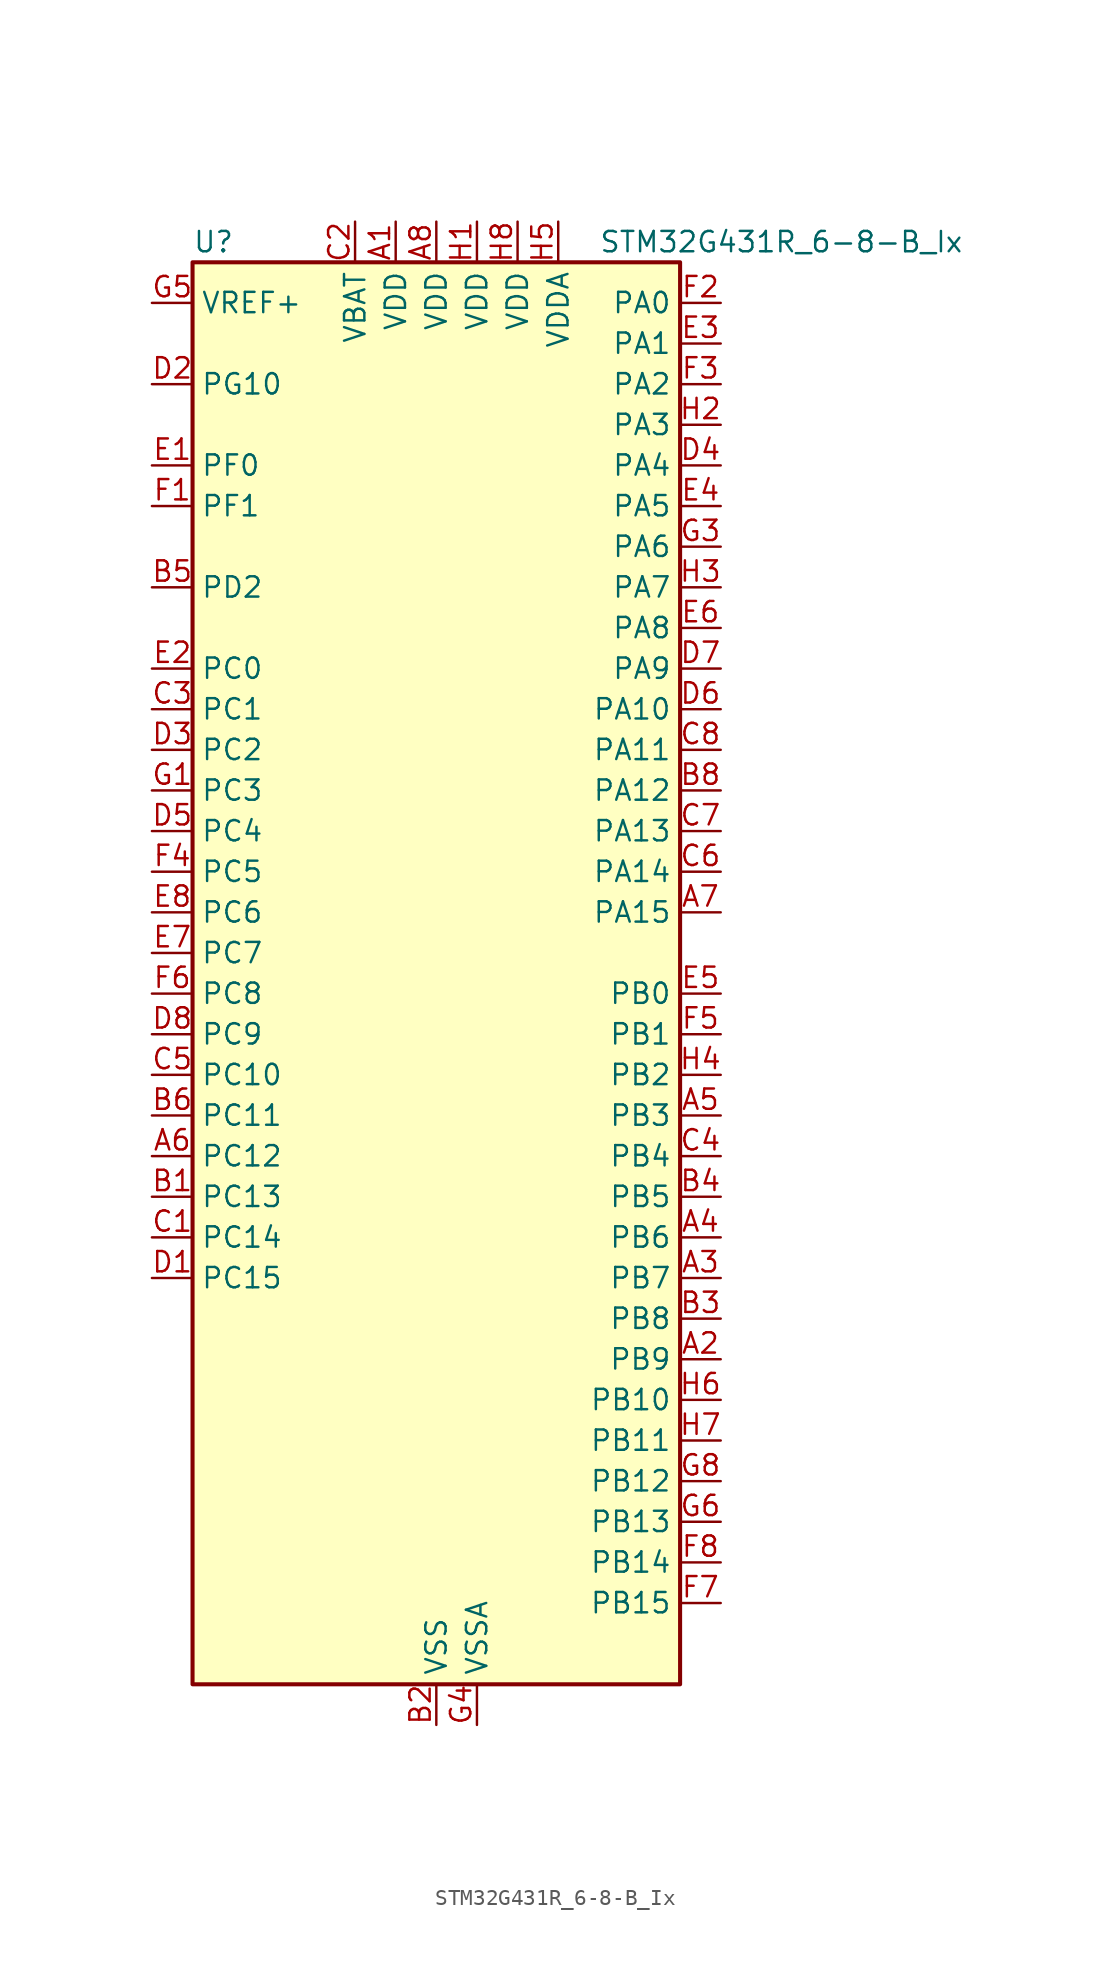
<source format=kicad_sym>
(kicad_symbol_lib
  (version 20231120)
  (generator "kicad_symbol_editor")
  (generator_version "8.0")
  (symbol "STM32G431R_6-8-B_Ix"
    (property "Reference" "U"
      (at -15.24 46.99 0)
      (effects (font (size 1.27 1.27)) (justify left)))
    (property "Value" "STM32G431R_6-8-B_Ix"
      (at 10.16 46.99 0)
      (effects (font (size 1.27 1.27)) (justify left)))
    (property "ki_locked" ""
      (at 0 0 0)
      (effects (font (size 1.27 1.27))))
    (symbol "STM32G431R_6-8-B_Ix_0_1"
      (rectangle (start -15.24 -43.18) (end 15.24 45.72) (stroke (width 0.254) (type default)) (fill (type background))))
    (symbol "STM32G431R_6-8-B_Ix_1_1"
      (pin power_in line (at -2.54 48.26 270) (length 2.54) (name "VDD" (effects (font (size 1.27 1.27)))) (number "A1" (effects (font (size 1.27 1.27)))))
      (pin bidirectional line (at 17.78 -22.86 180) (length 2.54) (name "PB9" (effects (font (size 1.27 1.27)))) (number "A2" (effects (font (size 1.27 1.27)))) (alternate "COMP2_OUT" bidirectional line) (alternate "DAC1_EXTI9" bidirectional line) (alternate "DAC3_EXTI9" bidirectional line) (alternate "FDCAN1_TX" bidirectional line) (alternate "I2C1_SDA" bidirectional line) (alternate "IR_OUT" bidirectional line) (alternate "SAI1_D2" bidirectional line) (alternate "SAI1_FS_A" bidirectional line) (alternate "TIM17_CH1" bidirectional line) (alternate "TIM1_CH3N" bidirectional line) (alternate "TIM4_CH4" bidirectional line) (alternate "TIM8_CH3" bidirectional line) (alternate "USART3_TX" bidirectional line))
      (pin bidirectional line (at 17.78 -17.78 180) (length 2.54) (name "PB7" (effects (font (size 1.27 1.27)))) (number "A3" (effects (font (size 1.27 1.27)))) (alternate "COMP3_OUT" bidirectional line) (alternate "I2C1_SDA" bidirectional line) (alternate "LPTIM1_IN2" bidirectional line) (alternate "SYS_PVD_IN" bidirectional line) (alternate "TIM17_CH1N" bidirectional line) (alternate "TIM3_CH4" bidirectional line) (alternate "TIM4_CH2" bidirectional line) (alternate "TIM8_BKIN" bidirectional line) (alternate "UART4_CTS" bidirectional line) (alternate "USART1_RX" bidirectional line))
      (pin bidirectional line (at 17.78 -15.24 180) (length 2.54) (name "PB6" (effects (font (size 1.27 1.27)))) (number "A4" (effects (font (size 1.27 1.27)))) (alternate "COMP4_OUT" bidirectional line) (alternate "LPTIM1_ETR" bidirectional line) (alternate "SAI1_FS_B" bidirectional line) (alternate "TIM16_CH1N" bidirectional line) (alternate "TIM4_CH1" bidirectional line) (alternate "TIM8_BKIN2" bidirectional line) (alternate "TIM8_CH1" bidirectional line) (alternate "TIM8_ETR" bidirectional line) (alternate "UCPD1_CC1" bidirectional line) (alternate "USART1_TX" bidirectional line))
      (pin bidirectional line (at 17.78 -7.62 180) (length 2.54) (name "PB3" (effects (font (size 1.27 1.27)))) (number "A5" (effects (font (size 1.27 1.27)))) (alternate "CRS_SYNC" bidirectional line) (alternate "I2S3_CK" bidirectional line) (alternate "SAI1_SCK_B" bidirectional line) (alternate "SPI1_SCK" bidirectional line) (alternate "SPI3_SCK" bidirectional line) (alternate "SYS_JTDO-SWO" bidirectional line) (alternate "TIM2_CH2" bidirectional line) (alternate "TIM3_ETR" bidirectional line) (alternate "TIM4_ETR" bidirectional line) (alternate "TIM8_CH1N" bidirectional line) (alternate "USART2_TX" bidirectional line))
      (pin bidirectional line (at -17.78 -10.16 0) (length 2.54) (name "PC12" (effects (font (size 1.27 1.27)))) (number "A6" (effects (font (size 1.27 1.27)))) (alternate "I2S3_SD" bidirectional line) (alternate "SPI3_MOSI" bidirectional line) (alternate "TIM8_CH3N" bidirectional line) (alternate "UCPD1_FRSTX1" bidirectional line) (alternate "UCPD1_FRSTX2" bidirectional line) (alternate "USART3_CK" bidirectional line))
      (pin bidirectional line (at 17.78 5.08 180) (length 2.54) (name "PA15" (effects (font (size 1.27 1.27)))) (number "A7" (effects (font (size 1.27 1.27)))) (alternate "ADC1_EXTI15" bidirectional line) (alternate "ADC2_EXTI15" bidirectional line) (alternate "I2C1_SCL" bidirectional line) (alternate "I2S3_WS" bidirectional line) (alternate "SPI1_NSS" bidirectional line) (alternate "SPI3_NSS" bidirectional line) (alternate "SYS_JTDI" bidirectional line) (alternate "TIM1_BKIN" bidirectional line) (alternate "TIM2_CH1" bidirectional line) (alternate "TIM2_ETR" bidirectional line) (alternate "TIM8_CH1" bidirectional line) (alternate "UART4_DE" bidirectional line) (alternate "UART4_RTS" bidirectional line) (alternate "USART2_RX" bidirectional line))
      (pin power_in line (at 0 48.26 270) (length 2.54) (name "VDD" (effects (font (size 1.27 1.27)))) (number "A8" (effects (font (size 1.27 1.27)))))
      (pin bidirectional line (at -17.78 -12.7 0) (length 2.54) (name "PC13" (effects (font (size 1.27 1.27)))) (number "B1" (effects (font (size 1.27 1.27)))) (alternate "RTC_OUT1" bidirectional line) (alternate "RTC_TAMP1" bidirectional line) (alternate "RTC_TS" bidirectional line) (alternate "SYS_WKUP2" bidirectional line) (alternate "TIM1_BKIN" bidirectional line) (alternate "TIM1_CH1N" bidirectional line) (alternate "TIM8_CH4N" bidirectional line))
      (pin power_in line (at 0 -45.72 90) (length 2.54) (name "VSS" (effects (font (size 1.27 1.27)))) (number "B2" (effects (font (size 1.27 1.27)))))
      (pin bidirectional line (at 17.78 -20.32 180) (length 2.54) (name "PB8" (effects (font (size 1.27 1.27)))) (number "B3" (effects (font (size 1.27 1.27)))) (alternate "COMP1_OUT" bidirectional line) (alternate "FDCAN1_RX" bidirectional line) (alternate "I2C1_SCL" bidirectional line) (alternate "SAI1_CK1" bidirectional line) (alternate "SAI1_MCLK_A" bidirectional line) (alternate "TIM16_CH1" bidirectional line) (alternate "TIM1_BKIN" bidirectional line) (alternate "TIM4_CH3" bidirectional line) (alternate "TIM8_CH2" bidirectional line) (alternate "USART3_RX" bidirectional line))
      (pin bidirectional line (at 17.78 -12.7 180) (length 2.54) (name "PB5" (effects (font (size 1.27 1.27)))) (number "B4" (effects (font (size 1.27 1.27)))) (alternate "I2C1_SMBA" bidirectional line) (alternate "I2C3_SDA" bidirectional line) (alternate "I2S3_SD" bidirectional line) (alternate "LPTIM1_IN1" bidirectional line) (alternate "SAI1_SD_B" bidirectional line) (alternate "SPI1_MOSI" bidirectional line) (alternate "SPI3_MOSI" bidirectional line) (alternate "TIM16_BKIN" bidirectional line) (alternate "TIM17_CH1" bidirectional line) (alternate "TIM3_CH2" bidirectional line) (alternate "TIM8_CH3N" bidirectional line) (alternate "USART2_CK" bidirectional line))
      (pin bidirectional line (at -17.78 25.4 0) (length 2.54) (name "PD2" (effects (font (size 1.27 1.27)))) (number "B5" (effects (font (size 1.27 1.27)))) (alternate "TIM3_ETR" bidirectional line) (alternate "TIM8_BKIN" bidirectional line))
      (pin bidirectional line (at -17.78 -7.62 0) (length 2.54) (name "PC11" (effects (font (size 1.27 1.27)))) (number "B6" (effects (font (size 1.27 1.27)))) (alternate "ADC1_EXTI11" bidirectional line) (alternate "ADC2_EXTI11" bidirectional line) (alternate "I2C3_SDA" bidirectional line) (alternate "SPI3_MISO" bidirectional line) (alternate "TIM8_CH2N" bidirectional line) (alternate "UART4_RX" bidirectional line) (alternate "USART3_RX" bidirectional line))
      (pin passive line (at 0 -45.72 90) (length 2.54) hide (name "VSS" (effects (font (size 1.27 1.27)))) (number "B7" (effects (font (size 1.27 1.27)))))
      (pin bidirectional line (at 17.78 12.7 180) (length 2.54) (name "PA12" (effects (font (size 1.27 1.27)))) (number "B8" (effects (font (size 1.27 1.27)))) (alternate "COMP2_OUT" bidirectional line) (alternate "FDCAN1_TX" bidirectional line) (alternate "I2S_CKIN" bidirectional line) (alternate "TIM16_CH1" bidirectional line) (alternate "TIM1_CH2N" bidirectional line) (alternate "TIM1_ETR" bidirectional line) (alternate "TIM4_CH2" bidirectional line) (alternate "USART1_DE" bidirectional line) (alternate "USART1_RTS" bidirectional line) (alternate "USB_DP" bidirectional line))
      (pin bidirectional line (at -17.78 -15.24 0) (length 2.54) (name "PC14" (effects (font (size 1.27 1.27)))) (number "C1" (effects (font (size 1.27 1.27)))) (alternate "RCC_OSC32_IN" bidirectional line))
      (pin power_in line (at -5.08 48.26 270) (length 2.54) (name "VBAT" (effects (font (size 1.27 1.27)))) (number "C2" (effects (font (size 1.27 1.27)))))
      (pin bidirectional line (at -17.78 17.78 0) (length 2.54) (name "PC1" (effects (font (size 1.27 1.27)))) (number "C3" (effects (font (size 1.27 1.27)))) (alternate "ADC1_IN7" bidirectional line) (alternate "ADC2_IN7" bidirectional line) (alternate "COMP3_INP" bidirectional line) (alternate "LPTIM1_OUT" bidirectional line) (alternate "LPUART1_TX" bidirectional line) (alternate "SAI1_SD_A" bidirectional line) (alternate "TIM1_CH2" bidirectional line))
      (pin bidirectional line (at 17.78 -10.16 180) (length 2.54) (name "PB4" (effects (font (size 1.27 1.27)))) (number "C4" (effects (font (size 1.27 1.27)))) (alternate "SAI1_MCLK_B" bidirectional line) (alternate "SPI1_MISO" bidirectional line) (alternate "SPI3_MISO" bidirectional line) (alternate "SYS_JTRST" bidirectional line) (alternate "TIM16_CH1" bidirectional line) (alternate "TIM17_BKIN" bidirectional line) (alternate "TIM3_CH1" bidirectional line) (alternate "TIM8_CH2N" bidirectional line) (alternate "UCPD1_CC2" bidirectional line) (alternate "USART2_RX" bidirectional line))
      (pin bidirectional line (at -17.78 -5.08 0) (length 2.54) (name "PC10" (effects (font (size 1.27 1.27)))) (number "C5" (effects (font (size 1.27 1.27)))) (alternate "DAC1_EXTI10" bidirectional line) (alternate "DAC3_EXTI10" bidirectional line) (alternate "I2S3_CK" bidirectional line) (alternate "SPI3_SCK" bidirectional line) (alternate "TIM8_CH1N" bidirectional line) (alternate "UART4_TX" bidirectional line) (alternate "USART3_TX" bidirectional line))
      (pin bidirectional line (at 17.78 7.62 180) (length 2.54) (name "PA14" (effects (font (size 1.27 1.27)))) (number "C6" (effects (font (size 1.27 1.27)))) (alternate "I2C1_SDA" bidirectional line) (alternate "LPTIM1_OUT" bidirectional line) (alternate "SAI1_FS_B" bidirectional line) (alternate "SYS_JTCK-SWCLK" bidirectional line) (alternate "TIM1_BKIN" bidirectional line) (alternate "TIM8_CH2" bidirectional line) (alternate "USART2_TX" bidirectional line))
      (pin bidirectional line (at 17.78 10.16 180) (length 2.54) (name "PA13" (effects (font (size 1.27 1.27)))) (number "C7" (effects (font (size 1.27 1.27)))) (alternate "I2C1_SCL" bidirectional line) (alternate "IR_OUT" bidirectional line) (alternate "SAI1_SD_B" bidirectional line) (alternate "SYS_JTMS-SWDIO" bidirectional line) (alternate "TIM16_CH1N" bidirectional line) (alternate "TIM4_CH3" bidirectional line) (alternate "USART3_CTS" bidirectional line) (alternate "USART3_NSS" bidirectional line))
      (pin bidirectional line (at 17.78 15.24 180) (length 2.54) (name "PA11" (effects (font (size 1.27 1.27)))) (number "C8" (effects (font (size 1.27 1.27)))) (alternate "ADC1_EXTI11" bidirectional line) (alternate "ADC2_EXTI11" bidirectional line) (alternate "COMP1_OUT" bidirectional line) (alternate "FDCAN1_RX" bidirectional line) (alternate "I2S2_SD" bidirectional line) (alternate "SPI2_MOSI" bidirectional line) (alternate "TIM1_BKIN2" bidirectional line) (alternate "TIM1_CH1N" bidirectional line) (alternate "TIM1_CH4" bidirectional line) (alternate "TIM4_CH1" bidirectional line) (alternate "USART1_CTS" bidirectional line) (alternate "USART1_NSS" bidirectional line) (alternate "USB_DM" bidirectional line))
      (pin bidirectional line (at -17.78 -17.78 0) (length 2.54) (name "PC15" (effects (font (size 1.27 1.27)))) (number "D1" (effects (font (size 1.27 1.27)))) (alternate "ADC1_EXTI15" bidirectional line) (alternate "ADC2_EXTI15" bidirectional line) (alternate "RCC_OSC32_OUT" bidirectional line))
      (pin bidirectional line (at -17.78 38.1 0) (length 2.54) (name "PG10" (effects (font (size 1.27 1.27)))) (number "D2" (effects (font (size 1.27 1.27)))) (alternate "DAC1_EXTI10" bidirectional line) (alternate "DAC3_EXTI10" bidirectional line) (alternate "RCC_MCO" bidirectional line))
      (pin bidirectional line (at -17.78 15.24 0) (length 2.54) (name "PC2" (effects (font (size 1.27 1.27)))) (number "D3" (effects (font (size 1.27 1.27)))) (alternate "ADC1_IN8" bidirectional line) (alternate "ADC2_IN8" bidirectional line) (alternate "COMP3_OUT" bidirectional line) (alternate "LPTIM1_IN2" bidirectional line) (alternate "TIM1_CH3" bidirectional line))
      (pin bidirectional line (at 17.78 33.02 180) (length 2.54) (name "PA4" (effects (font (size 1.27 1.27)))) (number "D4" (effects (font (size 1.27 1.27)))) (alternate "ADC2_IN17" bidirectional line) (alternate "COMP1_INM" bidirectional line) (alternate "DAC1_OUT1" bidirectional line) (alternate "I2S3_WS" bidirectional line) (alternate "SAI1_FS_B" bidirectional line) (alternate "SPI1_NSS" bidirectional line) (alternate "SPI3_NSS" bidirectional line) (alternate "TIM3_CH2" bidirectional line) (alternate "USART2_CK" bidirectional line))
      (pin bidirectional line (at -17.78 10.16 0) (length 2.54) (name "PC4" (effects (font (size 1.27 1.27)))) (number "D5" (effects (font (size 1.27 1.27)))) (alternate "ADC2_IN5" bidirectional line) (alternate "I2C2_SCL" bidirectional line) (alternate "TIM1_ETR" bidirectional line) (alternate "USART1_TX" bidirectional line))
      (pin bidirectional line (at 17.78 17.78 180) (length 2.54) (name "PA10" (effects (font (size 1.27 1.27)))) (number "D6" (effects (font (size 1.27 1.27)))) (alternate "CRS_SYNC" bidirectional line) (alternate "DAC1_EXTI10" bidirectional line) (alternate "DAC3_EXTI10" bidirectional line) (alternate "I2C2_SMBA" bidirectional line) (alternate "SAI1_D1" bidirectional line) (alternate "SAI1_SD_A" bidirectional line) (alternate "SPI2_MISO" bidirectional line) (alternate "TIM17_BKIN" bidirectional line) (alternate "TIM1_CH3" bidirectional line) (alternate "TIM2_CH4" bidirectional line) (alternate "TIM8_BKIN" bidirectional line) (alternate "UCPD1_DBCC2" bidirectional line) (alternate "USART1_RX" bidirectional line))
      (pin bidirectional line (at 17.78 20.32 180) (length 2.54) (name "PA9" (effects (font (size 1.27 1.27)))) (number "D7" (effects (font (size 1.27 1.27)))) (alternate "DAC1_EXTI9" bidirectional line) (alternate "DAC3_EXTI9" bidirectional line) (alternate "I2C2_SCL" bidirectional line) (alternate "I2C3_SMBA" bidirectional line) (alternate "I2S3_MCK" bidirectional line) (alternate "SAI1_FS_A" bidirectional line) (alternate "TIM15_BKIN" bidirectional line) (alternate "TIM1_CH2" bidirectional line) (alternate "TIM2_CH3" bidirectional line) (alternate "UCPD1_DBCC1" bidirectional line) (alternate "USART1_TX" bidirectional line))
      (pin bidirectional line (at -17.78 -2.54 0) (length 2.54) (name "PC9" (effects (font (size 1.27 1.27)))) (number "D8" (effects (font (size 1.27 1.27)))) (alternate "DAC1_EXTI9" bidirectional line) (alternate "DAC3_EXTI9" bidirectional line) (alternate "I2C3_SDA" bidirectional line) (alternate "I2S_CKIN" bidirectional line) (alternate "TIM3_CH4" bidirectional line) (alternate "TIM8_BKIN2" bidirectional line) (alternate "TIM8_CH4" bidirectional line))
      (pin bidirectional line (at -17.78 33.02 0) (length 2.54) (name "PF0" (effects (font (size 1.27 1.27)))) (number "E1" (effects (font (size 1.27 1.27)))) (alternate "ADC1_IN10" bidirectional line) (alternate "I2C2_SDA" bidirectional line) (alternate "I2S2_WS" bidirectional line) (alternate "RCC_OSC_IN" bidirectional line) (alternate "SPI2_NSS" bidirectional line) (alternate "TIM1_CH3N" bidirectional line))
      (pin bidirectional line (at -17.78 20.32 0) (length 2.54) (name "PC0" (effects (font (size 1.27 1.27)))) (number "E2" (effects (font (size 1.27 1.27)))) (alternate "ADC1_IN6" bidirectional line) (alternate "ADC2_IN6" bidirectional line) (alternate "COMP3_INM" bidirectional line) (alternate "LPTIM1_IN1" bidirectional line) (alternate "LPUART1_RX" bidirectional line) (alternate "TIM1_CH1" bidirectional line))
      (pin bidirectional line (at 17.78 40.64 180) (length 2.54) (name "PA1" (effects (font (size 1.27 1.27)))) (number "E3" (effects (font (size 1.27 1.27)))) (alternate "ADC1_IN2" bidirectional line) (alternate "ADC2_IN2" bidirectional line) (alternate "COMP1_INP" bidirectional line) (alternate "OPAMP1_VINP" bidirectional line) (alternate "OPAMP1_VINP_SEC" bidirectional line) (alternate "OPAMP3_VINP" bidirectional line) (alternate "OPAMP3_VINP_SEC" bidirectional line) (alternate "RTC_REFIN" bidirectional line) (alternate "TIM15_CH1N" bidirectional line) (alternate "TIM2_CH2" bidirectional line) (alternate "USART2_DE" bidirectional line) (alternate "USART2_RTS" bidirectional line))
      (pin bidirectional line (at 17.78 30.48 180) (length 2.54) (name "PA5" (effects (font (size 1.27 1.27)))) (number "E4" (effects (font (size 1.27 1.27)))) (alternate "ADC2_IN13" bidirectional line) (alternate "COMP2_INM" bidirectional line) (alternate "DAC1_OUT2" bidirectional line) (alternate "OPAMP2_VINM" bidirectional line) (alternate "OPAMP2_VINM0" bidirectional line) (alternate "OPAMP2_VINM_SEC" bidirectional line) (alternate "SPI1_SCK" bidirectional line) (alternate "TIM2_CH1" bidirectional line) (alternate "TIM2_ETR" bidirectional line) (alternate "UCPD1_FRSTX1" bidirectional line) (alternate "UCPD1_FRSTX2" bidirectional line))
      (pin bidirectional line (at 17.78 0 180) (length 2.54) (name "PB0" (effects (font (size 1.27 1.27)))) (number "E5" (effects (font (size 1.27 1.27)))) (alternate "ADC1_IN15" bidirectional line) (alternate "COMP4_INP" bidirectional line) (alternate "OPAMP2_VINP" bidirectional line) (alternate "OPAMP2_VINP_SEC" bidirectional line) (alternate "OPAMP3_VINP" bidirectional line) (alternate "OPAMP3_VINP_SEC" bidirectional line) (alternate "TIM1_CH2N" bidirectional line) (alternate "TIM3_CH3" bidirectional line) (alternate "TIM8_CH2N" bidirectional line) (alternate "UCPD1_FRSTX1" bidirectional line) (alternate "UCPD1_FRSTX2" bidirectional line))
      (pin bidirectional line (at 17.78 22.86 180) (length 2.54) (name "PA8" (effects (font (size 1.27 1.27)))) (number "E6" (effects (font (size 1.27 1.27)))) (alternate "I2C2_SDA" bidirectional line) (alternate "I2C3_SCL" bidirectional line) (alternate "I2S2_MCK" bidirectional line) (alternate "RCC_MCO" bidirectional line) (alternate "SAI1_CK2" bidirectional line) (alternate "SAI1_SCK_A" bidirectional line) (alternate "TIM1_CH1" bidirectional line) (alternate "TIM4_ETR" bidirectional line) (alternate "USART1_CK" bidirectional line))
      (pin bidirectional line (at -17.78 2.54 0) (length 2.54) (name "PC7" (effects (font (size 1.27 1.27)))) (number "E7" (effects (font (size 1.27 1.27)))) (alternate "I2S3_MCK" bidirectional line) (alternate "TIM3_CH2" bidirectional line) (alternate "TIM8_CH2" bidirectional line))
      (pin bidirectional line (at -17.78 5.08 0) (length 2.54) (name "PC6" (effects (font (size 1.27 1.27)))) (number "E8" (effects (font (size 1.27 1.27)))) (alternate "I2S2_MCK" bidirectional line) (alternate "TIM3_CH1" bidirectional line) (alternate "TIM8_CH1" bidirectional line))
      (pin bidirectional line (at -17.78 30.48 0) (length 2.54) (name "PF1" (effects (font (size 1.27 1.27)))) (number "F1" (effects (font (size 1.27 1.27)))) (alternate "ADC2_IN10" bidirectional line) (alternate "COMP3_INM" bidirectional line) (alternate "I2S2_CK" bidirectional line) (alternate "RCC_OSC_OUT" bidirectional line) (alternate "SPI2_SCK" bidirectional line))
      (pin bidirectional line (at 17.78 43.18 180) (length 2.54) (name "PA0" (effects (font (size 1.27 1.27)))) (number "F2" (effects (font (size 1.27 1.27)))) (alternate "ADC1_IN1" bidirectional line) (alternate "ADC2_IN1" bidirectional line) (alternate "COMP1_INM" bidirectional line) (alternate "COMP1_OUT" bidirectional line) (alternate "COMP3_INP" bidirectional line) (alternate "RTC_TAMP2" bidirectional line) (alternate "SYS_WKUP1" bidirectional line) (alternate "TIM2_CH1" bidirectional line) (alternate "TIM2_ETR" bidirectional line) (alternate "TIM8_BKIN" bidirectional line) (alternate "TIM8_ETR" bidirectional line) (alternate "USART2_CTS" bidirectional line) (alternate "USART2_NSS" bidirectional line))
      (pin bidirectional line (at 17.78 38.1 180) (length 2.54) (name "PA2" (effects (font (size 1.27 1.27)))) (number "F3" (effects (font (size 1.27 1.27)))) (alternate "ADC1_IN3" bidirectional line) (alternate "COMP2_INM" bidirectional line) (alternate "COMP2_OUT" bidirectional line) (alternate "LPUART1_TX" bidirectional line) (alternate "OPAMP1_VOUT" bidirectional line) (alternate "RCC_LSCO" bidirectional line) (alternate "SYS_WKUP4" bidirectional line) (alternate "TIM15_CH1" bidirectional line) (alternate "TIM2_CH3" bidirectional line) (alternate "UCPD1_FRSTX1" bidirectional line) (alternate "UCPD1_FRSTX2" bidirectional line) (alternate "USART2_TX" bidirectional line))
      (pin bidirectional line (at -17.78 7.62 0) (length 2.54) (name "PC5" (effects (font (size 1.27 1.27)))) (number "F4" (effects (font (size 1.27 1.27)))) (alternate "ADC2_IN11" bidirectional line) (alternate "OPAMP1_VINM" bidirectional line) (alternate "OPAMP1_VINM1" bidirectional line) (alternate "OPAMP1_VINM_SEC" bidirectional line) (alternate "OPAMP2_VINM" bidirectional line) (alternate "OPAMP2_VINM1" bidirectional line) (alternate "OPAMP2_VINM_SEC" bidirectional line) (alternate "SAI1_D3" bidirectional line) (alternate "SYS_WKUP5" bidirectional line) (alternate "TIM15_BKIN" bidirectional line) (alternate "TIM1_CH4N" bidirectional line) (alternate "USART1_RX" bidirectional line))
      (pin bidirectional line (at 17.78 -2.54 180) (length 2.54) (name "PB1" (effects (font (size 1.27 1.27)))) (number "F5" (effects (font (size 1.27 1.27)))) (alternate "ADC1_IN12" bidirectional line) (alternate "COMP1_INP" bidirectional line) (alternate "COMP4_OUT" bidirectional line) (alternate "LPUART1_DE" bidirectional line) (alternate "LPUART1_RTS" bidirectional line) (alternate "OPAMP3_VOUT" bidirectional line) (alternate "TIM1_CH3N" bidirectional line) (alternate "TIM3_CH4" bidirectional line) (alternate "TIM8_CH3N" bidirectional line))
      (pin bidirectional line (at -17.78 0 0) (length 2.54) (name "PC8" (effects (font (size 1.27 1.27)))) (number "F6" (effects (font (size 1.27 1.27)))) (alternate "I2C3_SCL" bidirectional line) (alternate "TIM3_CH3" bidirectional line) (alternate "TIM8_CH3" bidirectional line))
      (pin bidirectional line (at 17.78 -38.1 180) (length 2.54) (name "PB15" (effects (font (size 1.27 1.27)))) (number "F7" (effects (font (size 1.27 1.27)))) (alternate "ADC1_EXTI15" bidirectional line) (alternate "ADC2_EXTI15" bidirectional line) (alternate "ADC2_IN15" bidirectional line) (alternate "COMP3_OUT" bidirectional line) (alternate "I2S2_SD" bidirectional line) (alternate "RTC_REFIN" bidirectional line) (alternate "SPI2_MOSI" bidirectional line) (alternate "TIM15_CH1N" bidirectional line) (alternate "TIM15_CH2" bidirectional line) (alternate "TIM1_CH3N" bidirectional line))
      (pin bidirectional line (at 17.78 -35.56 180) (length 2.54) (name "PB14" (effects (font (size 1.27 1.27)))) (number "F8" (effects (font (size 1.27 1.27)))) (alternate "ADC1_IN5" bidirectional line) (alternate "COMP4_OUT" bidirectional line) (alternate "OPAMP2_VINP" bidirectional line) (alternate "OPAMP2_VINP_SEC" bidirectional line) (alternate "SPI2_MISO" bidirectional line) (alternate "TIM15_CH1" bidirectional line) (alternate "TIM1_CH2N" bidirectional line) (alternate "USART3_DE" bidirectional line) (alternate "USART3_RTS" bidirectional line))
      (pin bidirectional line (at -17.78 12.7 0) (length 2.54) (name "PC3" (effects (font (size 1.27 1.27)))) (number "G1" (effects (font (size 1.27 1.27)))) (alternate "ADC1_IN9" bidirectional line) (alternate "ADC2_IN9" bidirectional line) (alternate "LPTIM1_ETR" bidirectional line) (alternate "SAI1_D1" bidirectional line) (alternate "SAI1_SD_A" bidirectional line) (alternate "TIM1_BKIN2" bidirectional line) (alternate "TIM1_CH4" bidirectional line))
      (pin passive line (at 0 -45.72 90) (length 2.54) hide (name "VSS" (effects (font (size 1.27 1.27)))) (number "G2" (effects (font (size 1.27 1.27)))))
      (pin bidirectional line (at 17.78 27.94 180) (length 2.54) (name "PA6" (effects (font (size 1.27 1.27)))) (number "G3" (effects (font (size 1.27 1.27)))) (alternate "ADC2_IN3" bidirectional line) (alternate "COMP1_OUT" bidirectional line) (alternate "LPUART1_CTS" bidirectional line) (alternate "OPAMP2_VOUT" bidirectional line) (alternate "SPI1_MISO" bidirectional line) (alternate "TIM16_CH1" bidirectional line) (alternate "TIM1_BKIN" bidirectional line) (alternate "TIM3_CH1" bidirectional line) (alternate "TIM8_BKIN" bidirectional line))
      (pin power_in line (at 2.54 -45.72 90) (length 2.54) (name "VSSA" (effects (font (size 1.27 1.27)))) (number "G4" (effects (font (size 1.27 1.27)))))
      (pin input line (at -17.78 43.18 0) (length 2.54) (name "VREF+" (effects (font (size 1.27 1.27)))) (number "G5" (effects (font (size 1.27 1.27)))) (alternate "VREFBUF_OUT" bidirectional line))
      (pin bidirectional line (at 17.78 -33.02 180) (length 2.54) (name "PB13" (effects (font (size 1.27 1.27)))) (number "G6" (effects (font (size 1.27 1.27)))) (alternate "I2S2_CK" bidirectional line) (alternate "LPUART1_CTS" bidirectional line) (alternate "OPAMP3_VINP" bidirectional line) (alternate "OPAMP3_VINP_SEC" bidirectional line) (alternate "SPI2_SCK" bidirectional line) (alternate "TIM1_CH1N" bidirectional line) (alternate "USART3_CTS" bidirectional line) (alternate "USART3_NSS" bidirectional line))
      (pin passive line (at 0 -45.72 90) (length 2.54) hide (name "VSS" (effects (font (size 1.27 1.27)))) (number "G7" (effects (font (size 1.27 1.27)))))
      (pin bidirectional line (at 17.78 -30.48 180) (length 2.54) (name "PB12" (effects (font (size 1.27 1.27)))) (number "G8" (effects (font (size 1.27 1.27)))) (alternate "ADC1_IN11" bidirectional line) (alternate "I2C2_SMBA" bidirectional line) (alternate "I2S2_WS" bidirectional line) (alternate "LPUART1_DE" bidirectional line) (alternate "LPUART1_RTS" bidirectional line) (alternate "SPI2_NSS" bidirectional line) (alternate "TIM1_BKIN" bidirectional line) (alternate "USART3_CK" bidirectional line))
      (pin power_in line (at 2.54 48.26 270) (length 2.54) (name "VDD" (effects (font (size 1.27 1.27)))) (number "H1" (effects (font (size 1.27 1.27)))))
      (pin bidirectional line (at 17.78 35.56 180) (length 2.54) (name "PA3" (effects (font (size 1.27 1.27)))) (number "H2" (effects (font (size 1.27 1.27)))) (alternate "ADC1_IN4" bidirectional line) (alternate "COMP2_INP" bidirectional line) (alternate "LPUART1_RX" bidirectional line) (alternate "OPAMP1_VINM" bidirectional line) (alternate "OPAMP1_VINM0" bidirectional line) (alternate "OPAMP1_VINM_SEC" bidirectional line) (alternate "OPAMP1_VINP" bidirectional line) (alternate "OPAMP1_VINP_SEC" bidirectional line) (alternate "SAI1_CK1" bidirectional line) (alternate "SAI1_MCLK_A" bidirectional line) (alternate "TIM15_CH2" bidirectional line) (alternate "TIM2_CH4" bidirectional line) (alternate "USART2_RX" bidirectional line))
      (pin bidirectional line (at 17.78 25.4 180) (length 2.54) (name "PA7" (effects (font (size 1.27 1.27)))) (number "H3" (effects (font (size 1.27 1.27)))) (alternate "ADC2_IN4" bidirectional line) (alternate "COMP2_INP" bidirectional line) (alternate "COMP2_OUT" bidirectional line) (alternate "OPAMP1_VINP" bidirectional line) (alternate "OPAMP1_VINP_SEC" bidirectional line) (alternate "OPAMP2_VINP" bidirectional line) (alternate "OPAMP2_VINP_SEC" bidirectional line) (alternate "SPI1_MOSI" bidirectional line) (alternate "TIM17_CH1" bidirectional line) (alternate "TIM1_CH1N" bidirectional line) (alternate "TIM3_CH2" bidirectional line) (alternate "TIM8_CH1N" bidirectional line) (alternate "UCPD1_FRSTX1" bidirectional line) (alternate "UCPD1_FRSTX2" bidirectional line))
      (pin bidirectional line (at 17.78 -5.08 180) (length 2.54) (name "PB2" (effects (font (size 1.27 1.27)))) (number "H4" (effects (font (size 1.27 1.27)))) (alternate "ADC2_IN12" bidirectional line) (alternate "COMP4_INM" bidirectional line) (alternate "I2C3_SMBA" bidirectional line) (alternate "LPTIM1_OUT" bidirectional line) (alternate "OPAMP3_VINM" bidirectional line) (alternate "OPAMP3_VINM0" bidirectional line) (alternate "OPAMP3_VINM_SEC" bidirectional line) (alternate "RTC_OUT2" bidirectional line))
      (pin power_in line (at 7.62 48.26 270) (length 2.54) (name "VDDA" (effects (font (size 1.27 1.27)))) (number "H5" (effects (font (size 1.27 1.27)))))
      (pin bidirectional line (at 17.78 -25.4 180) (length 2.54) (name "PB10" (effects (font (size 1.27 1.27)))) (number "H6" (effects (font (size 1.27 1.27)))) (alternate "DAC1_EXTI10" bidirectional line) (alternate "DAC3_EXTI10" bidirectional line) (alternate "LPUART1_RX" bidirectional line) (alternate "OPAMP3_VINM" bidirectional line) (alternate "OPAMP3_VINM1" bidirectional line) (alternate "OPAMP3_VINM_SEC" bidirectional line) (alternate "SAI1_SCK_A" bidirectional line) (alternate "TIM1_BKIN" bidirectional line) (alternate "TIM2_CH3" bidirectional line) (alternate "USART3_TX" bidirectional line))
      (pin bidirectional line (at 17.78 -27.94 180) (length 2.54) (name "PB11" (effects (font (size 1.27 1.27)))) (number "H7" (effects (font (size 1.27 1.27)))) (alternate "ADC1_EXTI11" bidirectional line) (alternate "ADC1_IN14" bidirectional line) (alternate "ADC2_EXTI11" bidirectional line) (alternate "ADC2_IN14" bidirectional line) (alternate "LPUART1_TX" bidirectional line) (alternate "TIM2_CH4" bidirectional line) (alternate "USART3_RX" bidirectional line))
      (pin power_in line (at 5.08 48.26 270) (length 2.54) (name "VDD" (effects (font (size 1.27 1.27)))) (number "H8" (effects (font (size 1.27 1.27))))))))
</source>
